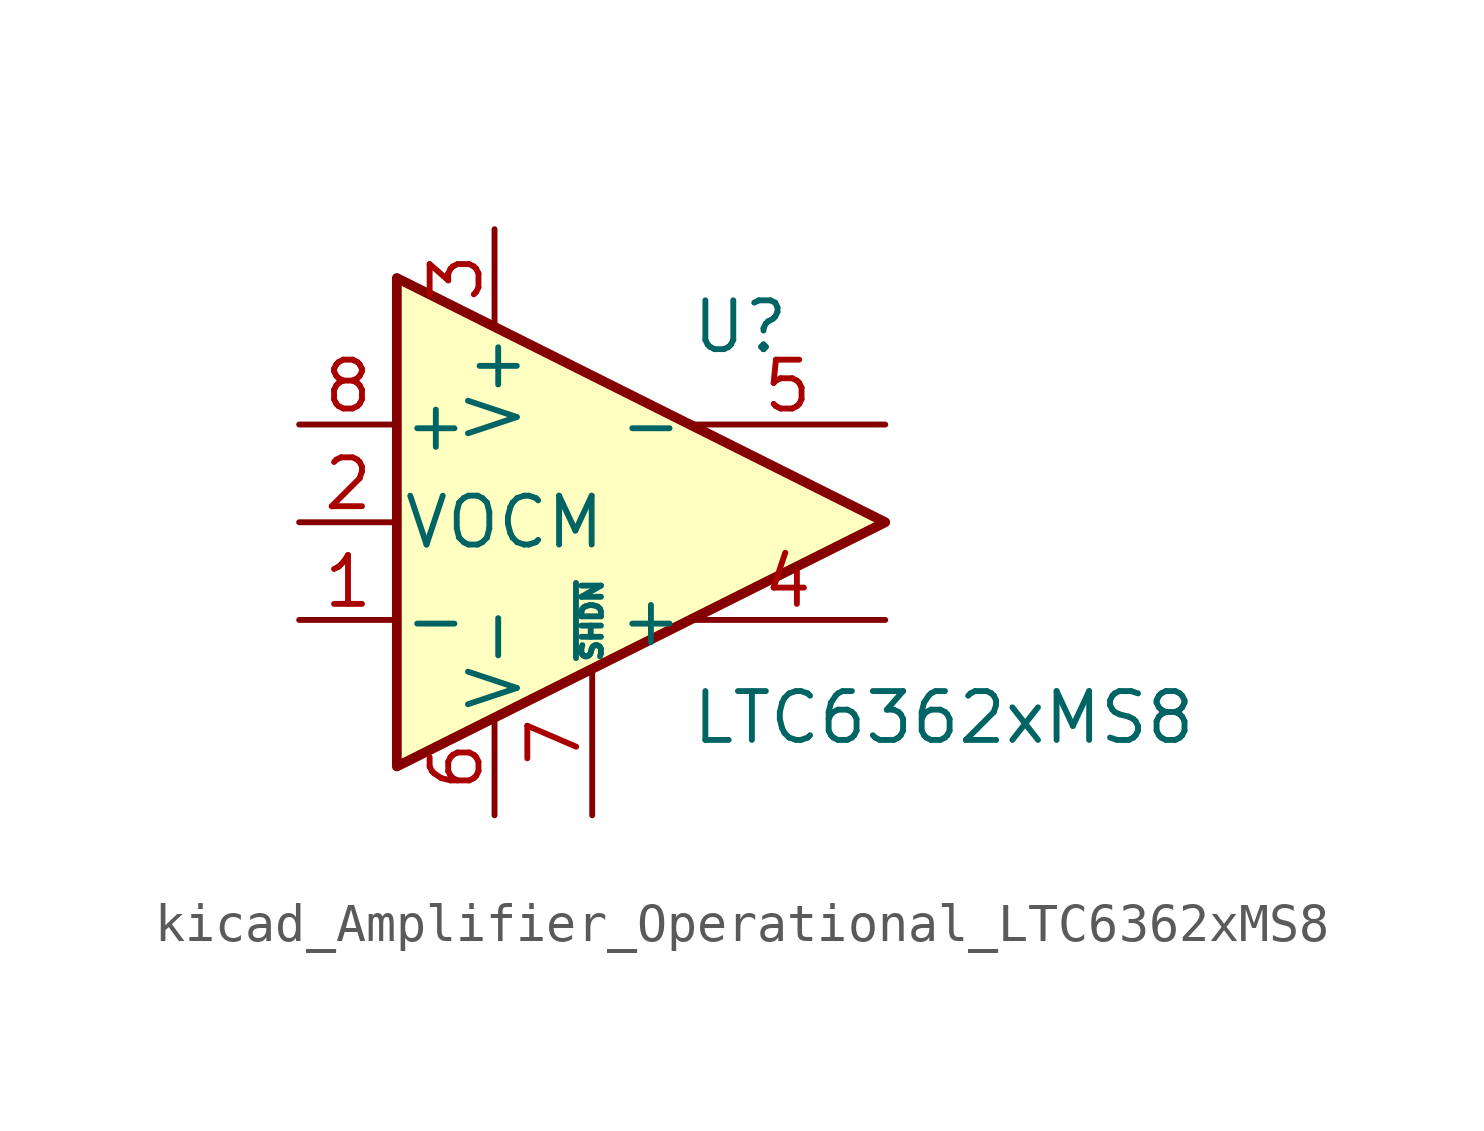
<source format=kicad_sym>
(kicad_symbol_lib
  (version 20220914)
  (generator kicad_symbol_editor)
  (symbol "kicad_Amplifier_Operational_LTC6362xMS8"
    (pin_names
      (offset 0.127))
    (property "Reference" "U"
      (at 2.54 5.08 0)
      (effects (font (size 1.27 1.27)) (justify left)))
    (property "Value" "LTC6362xMS8"
      (at 2.54 -5.08 0)
      (effects (font (size 1.27 1.27)) (justify left)))
    (symbol "kicad_Amplifier_Operational_LTC6362xMS8_0_1"
      (polyline (pts (xy -5.08 6.35) (xy -5.08 -6.35) (xy 7.62 0) (xy -5.08 6.35)) (stroke (width 0.254) (type default)) (fill (type background))))
    (symbol "kicad_Amplifier_Operational_LTC6362xMS8_1_1"
      (pin input line (at -7.62 -2.54 0) (length 2.54) (name "-" (effects (font (size 1.27 1.27)))) (number "1" (effects (font (size 1.27 1.27)))))
      (pin input line (at -7.62 0 0) (length 2.54) (name "VOCM" (effects (font (size 1.27 1.27)))) (number "2" (effects (font (size 1.27 1.27)))))
      (pin power_in line (at -2.54 7.62 270) (length 2.54) (name "V+" (effects (font (size 1.27 1.27)))) (number "3" (effects (font (size 1.27 1.27)))))
      (pin output line (at 7.62 -2.54 180) (length 5.08) (name "+" (effects (font (size 1.27 1.27)))) (number "4" (effects (font (size 1.27 1.27)))))
      (pin output line (at 7.62 2.54 180) (length 5.08) (name "-" (effects (font (size 1.27 1.27)))) (number "5" (effects (font (size 1.27 1.27)))))
      (pin power_in line (at -2.54 -7.62 90) (length 2.54) (name "V-" (effects (font (size 1.27 1.27)))) (number "6" (effects (font (size 1.27 1.27)))))
      (pin input line (at 0 -7.62 90) (length 3.81) (name "~{SHDN}" (effects (font (size 0.508 0.508)))) (number "7" (effects (font (size 1.27 1.27)))))
      (pin input line (at -7.62 2.54 0) (length 2.54) (name "+" (effects (font (size 1.27 1.27)))) (number "8" (effects (font (size 1.27 1.27))))))))
</source>
